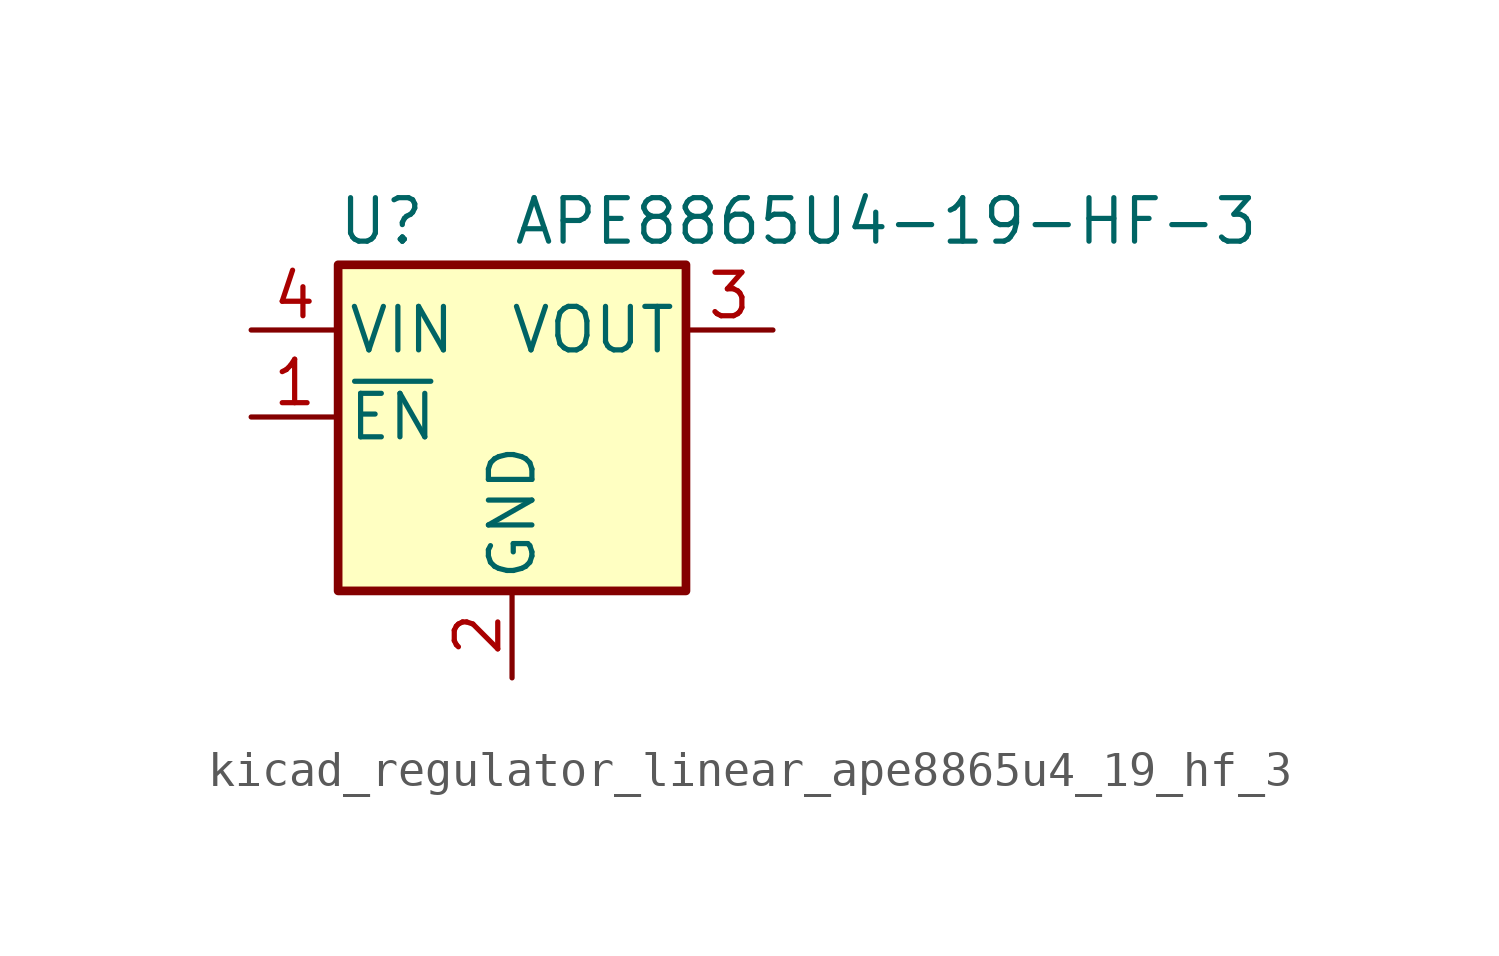
<source format=kicad_sym>
(kicad_symbol_lib
  (version 20220914)
  (generator kicad_symbol_editor)
  (symbol "kicad_regulator_linear_ape8865u4_19_hf_3"
    (pin_names
      (offset 0.254))
    (property "Reference" "U"
      (at -3.81 5.715 0)
      (effects (font (size 1.27 1.27))))
    (property "Value" "APE8865U4-19-HF-3"
      (at 0 5.715 0)
      (effects (font (size 1.27 1.27)) (justify left)))
    (symbol "kicad_regulator_linear_ape8865u4_19_hf_3_0_1"
      (rectangle (start -5.08 4.445) (end 5.08 -5.08) (stroke (width 0.254) (type default)) (fill (type background))))
    (symbol "kicad_regulator_linear_ape8865u4_19_hf_3_1_1"
      (pin input line (at -7.62 0 0) (length 2.54) (name "~{EN}" (effects (font (size 1.27 1.27)))) (number "1" (effects (font (size 1.27 1.27)))))
      (pin power_in line (at 0 -7.62 90) (length 2.54) (name "GND" (effects (font (size 1.27 1.27)))) (number "2" (effects (font (size 1.27 1.27)))))
      (pin power_out line (at 7.62 2.54 180) (length 2.54) (name "VOUT" (effects (font (size 1.27 1.27)))) (number "3" (effects (font (size 1.27 1.27)))))
      (pin power_in line (at -7.62 2.54 0) (length 2.54) (name "VIN" (effects (font (size 1.27 1.27)))) (number "4" (effects (font (size 1.27 1.27))))))))
</source>
